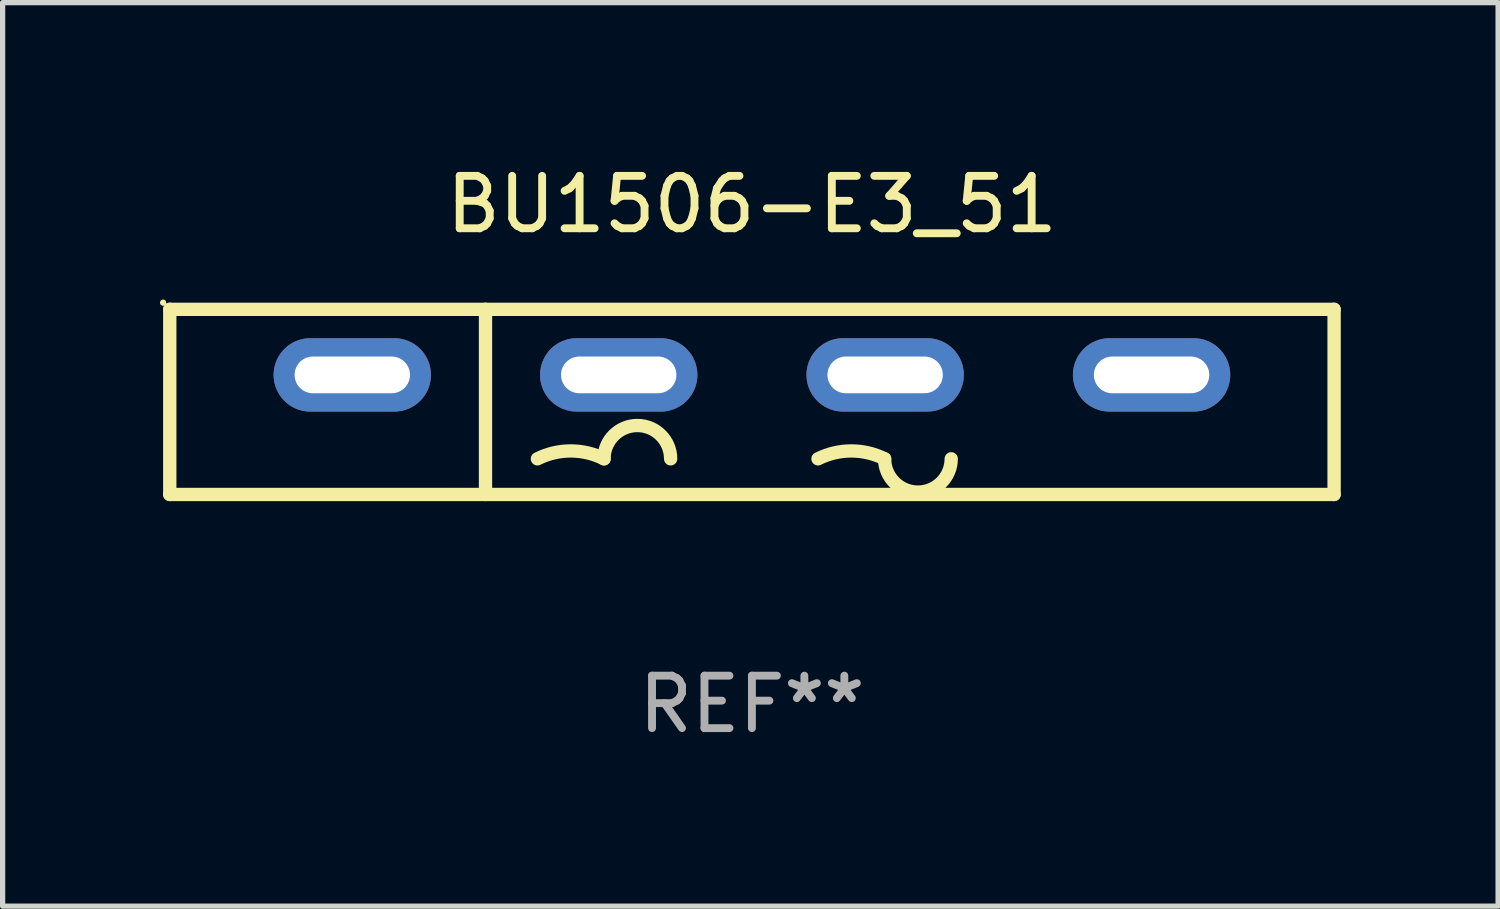
<source format=kicad_pcb>
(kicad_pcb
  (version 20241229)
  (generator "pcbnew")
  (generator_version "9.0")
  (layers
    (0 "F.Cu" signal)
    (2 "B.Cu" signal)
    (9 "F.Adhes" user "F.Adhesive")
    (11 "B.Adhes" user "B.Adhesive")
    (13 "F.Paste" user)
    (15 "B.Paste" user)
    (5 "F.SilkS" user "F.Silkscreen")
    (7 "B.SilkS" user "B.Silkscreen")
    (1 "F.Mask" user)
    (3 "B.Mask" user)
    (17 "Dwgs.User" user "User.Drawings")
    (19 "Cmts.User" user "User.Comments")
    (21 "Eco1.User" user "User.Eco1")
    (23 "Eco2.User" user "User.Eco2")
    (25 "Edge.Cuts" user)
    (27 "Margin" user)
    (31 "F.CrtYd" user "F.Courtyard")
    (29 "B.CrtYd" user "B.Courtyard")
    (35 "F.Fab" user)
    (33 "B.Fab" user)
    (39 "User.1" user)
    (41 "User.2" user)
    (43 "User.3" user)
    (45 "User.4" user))
  (footprint "BU1506-E3_51"
    (layer "F.Cu")
    (at 11.287 4.613)
    (property "Reference" "BU1506-E3_51" (at 0 -3.765 0) (layer "F.SilkS") (effects (font (size 1 1) (thickness 0.15))))
    (attr through_hole)
    (fp_line (start -11.1 -1.765) (end 11.1 -1.765) (stroke (width 0.254) (type solid)) (layer "F.SilkS"))
    (fp_line (start -11.1 1.765) (end -11.1 -1.765) (stroke (width 0.254) (type solid)) (layer "F.SilkS"))
    (fp_line (start -5.08 -1.765) (end -5.08 1.765) (stroke (width 0.254) (type solid)) (layer "F.SilkS"))
    (fp_line (start 11.1 -1.765) (end 11.1 1.765) (stroke (width 0.254) (type solid)) (layer "F.SilkS"))
    (fp_line (start 11.1 1.765) (end -11.1 1.765) (stroke (width 0.254) (type solid)) (layer "F.SilkS"))
    (fp_arc (start -4.089992 1.084963) (mid -3.454991 0.93506) (end -2.819989 1.084963) (stroke (width 0.254001) (type solid)) (layer "F.SilkS"))
    (fp_arc (start -2.819991 1.084963) (mid -2.184989 0.449961) (end -1.549987 1.084963) (stroke (width 0.254001) (type solid)) (layer "F.SilkS"))
    (fp_arc (start 1.259995 1.084963) (mid 1.894996 0.93506) (end 2.529998 1.084963) (stroke (width 0.254001) (type solid)) (layer "F.SilkS"))
    (fp_arc (start 3.8 1.084963) (mid 3.164999 1.719964) (end 2.529998 1.084963) (stroke (width 0.254001) (type solid)) (layer "F.SilkS"))
    (fp_circle (center -11.227 -1.892) (end -11.197 -1.892) (stroke (width 0.06) (type solid)) (fill no) (layer "F.SilkS"))
    (fp_text user "-" (at 8.65 3.335 0) (layer "B.Mask") (effects (font (size 1 1) (thickness 0.15))))
    (fp_text user "+" (at -7 3.085 0) (layer "B.Mask") (effects (font (size 1 1) (thickness 0.15))))
    (fp_text user "REF**" (at 0 5.765 0) (layer "F.Fab") (effects (font (size 1 1) (thickness 0.15))))
    (pad "1" thru_hole oval (at -7.62 -0.515 180) (size 3 1.4) (drill oval 2.2 0.7) (layers "*.Cu" "*.Mask"))
    (pad "2" thru_hole oval (at -2.54 -0.515 180) (size 3 1.4) (drill oval 2.2 0.7) (layers "*.Cu" "*.Mask"))
    (pad "3" thru_hole oval (at 2.54 -0.515 180) (size 3 1.4) (drill oval 2.2 0.7) (layers "*.Cu" "*.Mask"))
    (pad "4" thru_hole oval (at 7.62 -0.515 180) (size 3 1.4) (drill oval 2.2 0.7) (layers "*.Cu" "*.Mask")))
  (gr_rect
    (start -3 -3)
    (end 25.514 14.227)
    (stroke (width 0.1) (type default))
    (fill no)
    (layer "Edge.Cuts")))
</source>
